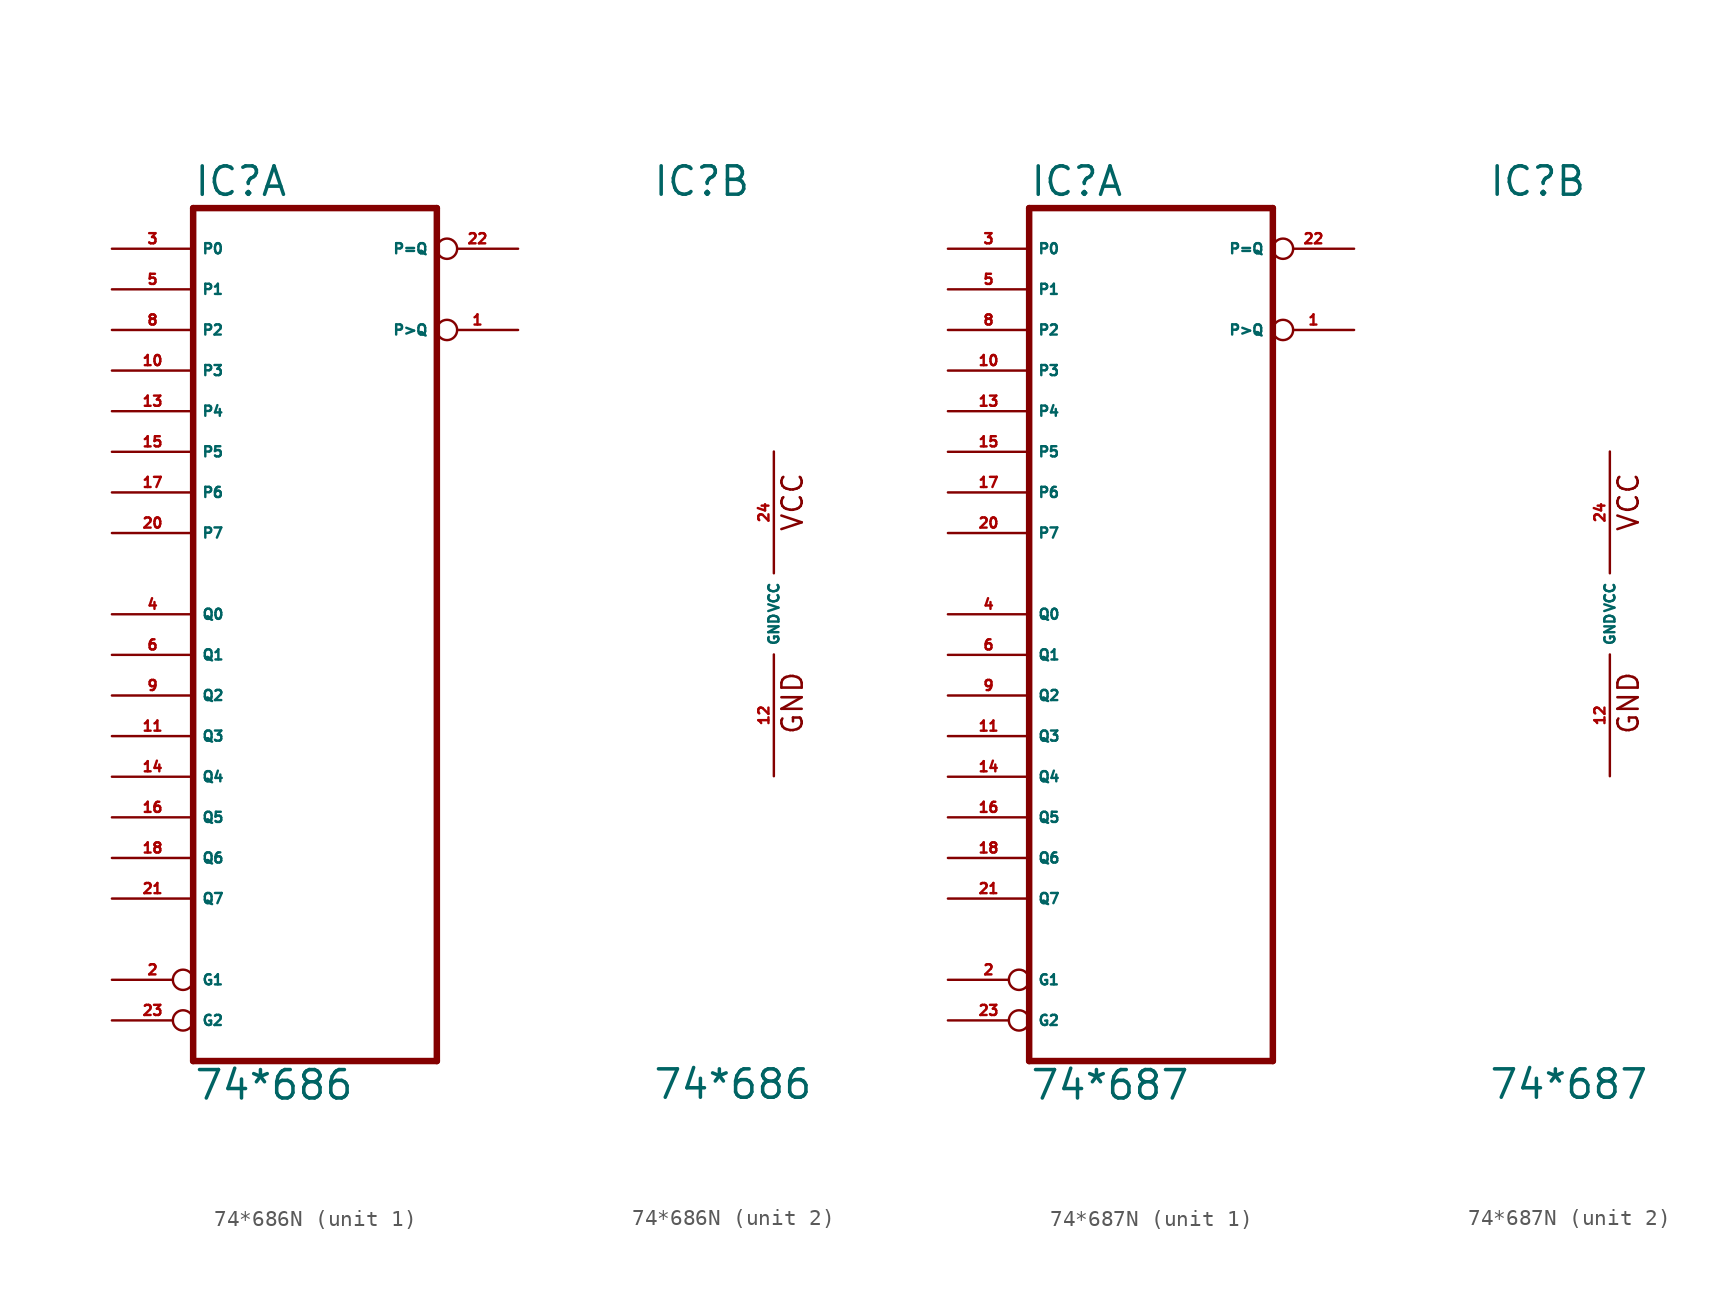
<source format=kicad_sym>
(kicad_symbol_lib
  (version 20220914)
  (generator Eagle2Kicad)
  (symbol "74*686N"
    (property "Reference" "IC"
      (at -7.62 26.035 0)
      (effects (font (size 1.778 1.778) (thickness 0.22)) (justify left bottom)))
    (property "Value" "74*686"
      (at -7.62 -30.48 0)
      (effects (font (size 1.778 1.778) (thickness 0.22)) (justify left bottom)))
    (symbol "74*686N_1_0"
      (polyline (pts (xy -7.62 -27.94) (xy 7.62 -27.94)) (stroke (width 0.406) (type default)) (fill (type none)))
      (polyline (pts (xy 7.62 -27.94) (xy 7.62 25.4)) (stroke (width 0.406) (type default)) (fill (type none)))
      (polyline (pts (xy 7.62 25.4) (xy -7.62 25.4)) (stroke (width 0.406) (type default)) (fill (type none)))
      (polyline (pts (xy -7.62 25.4) (xy -7.62 -27.94)) (stroke (width 0.406) (type default)) (fill (type none)))
      (pin output inverted (at 12.7 17.78 180) (length 5.08) (name "P>Q" (effects (font (size 0.635 0.635) (thickness 0.08)) (justify left bottom))) (number "1" (effects (font (size 0.635 0.635) (thickness 0.08)) (justify left bottom))))
      (pin input inverted (at -12.7 -22.86 0) (length 5.08) (name "G1" (effects (font (size 0.635 0.635) (thickness 0.08)) (justify left bottom))) (number "2" (effects (font (size 0.635 0.635) (thickness 0.08)) (justify left bottom))))
      (pin input line (at -12.7 22.86 0) (length 5.08) (name "P0" (effects (font (size 0.635 0.635) (thickness 0.08)) (justify left bottom))) (number "3" (effects (font (size 0.635 0.635) (thickness 0.08)) (justify left bottom))))
      (pin input line (at -12.7 0 0) (length 5.08) (name "Q0" (effects (font (size 0.635 0.635) (thickness 0.08)) (justify left bottom))) (number "4" (effects (font (size 0.635 0.635) (thickness 0.08)) (justify left bottom))))
      (pin input line (at -12.7 20.32 0) (length 5.08) (name "P1" (effects (font (size 0.635 0.635) (thickness 0.08)) (justify left bottom))) (number "5" (effects (font (size 0.635 0.635) (thickness 0.08)) (justify left bottom))))
      (pin input line (at -12.7 -2.54 0) (length 5.08) (name "Q1" (effects (font (size 0.635 0.635) (thickness 0.08)) (justify left bottom))) (number "6" (effects (font (size 0.635 0.635) (thickness 0.08)) (justify left bottom))))
      (pin input line (at -12.7 17.78 0) (length 5.08) (name "P2" (effects (font (size 0.635 0.635) (thickness 0.08)) (justify left bottom))) (number "8" (effects (font (size 0.635 0.635) (thickness 0.08)) (justify left bottom))))
      (pin input line (at -12.7 -5.08 0) (length 5.08) (name "Q2" (effects (font (size 0.635 0.635) (thickness 0.08)) (justify left bottom))) (number "9" (effects (font (size 0.635 0.635) (thickness 0.08)) (justify left bottom))))
      (pin input line (at -12.7 15.24 0) (length 5.08) (name "P3" (effects (font (size 0.635 0.635) (thickness 0.08)) (justify left bottom))) (number "10" (effects (font (size 0.635 0.635) (thickness 0.08)) (justify left bottom))))
      (pin input line (at -12.7 -7.62 0) (length 5.08) (name "Q3" (effects (font (size 0.635 0.635) (thickness 0.08)) (justify left bottom))) (number "11" (effects (font (size 0.635 0.635) (thickness 0.08)) (justify left bottom))))
      (pin input line (at -12.7 12.7 0) (length 5.08) (name "P4" (effects (font (size 0.635 0.635) (thickness 0.08)) (justify left bottom))) (number "13" (effects (font (size 0.635 0.635) (thickness 0.08)) (justify left bottom))))
      (pin input line (at -12.7 -10.16 0) (length 5.08) (name "Q4" (effects (font (size 0.635 0.635) (thickness 0.08)) (justify left bottom))) (number "14" (effects (font (size 0.635 0.635) (thickness 0.08)) (justify left bottom))))
      (pin input line (at -12.7 10.16 0) (length 5.08) (name "P5" (effects (font (size 0.635 0.635) (thickness 0.08)) (justify left bottom))) (number "15" (effects (font (size 0.635 0.635) (thickness 0.08)) (justify left bottom))))
      (pin input line (at -12.7 -12.7 0) (length 5.08) (name "Q5" (effects (font (size 0.635 0.635) (thickness 0.08)) (justify left bottom))) (number "16" (effects (font (size 0.635 0.635) (thickness 0.08)) (justify left bottom))))
      (pin input line (at -12.7 7.62 0) (length 5.08) (name "P6" (effects (font (size 0.635 0.635) (thickness 0.08)) (justify left bottom))) (number "17" (effects (font (size 0.635 0.635) (thickness 0.08)) (justify left bottom))))
      (pin input line (at -12.7 -15.24 0) (length 5.08) (name "Q6" (effects (font (size 0.635 0.635) (thickness 0.08)) (justify left bottom))) (number "18" (effects (font (size 0.635 0.635) (thickness 0.08)) (justify left bottom))))
      (pin input line (at -12.7 5.08 0) (length 5.08) (name "P7" (effects (font (size 0.635 0.635) (thickness 0.08)) (justify left bottom))) (number "20" (effects (font (size 0.635 0.635) (thickness 0.08)) (justify left bottom))))
      (pin input line (at -12.7 -17.78 0) (length 5.08) (name "Q7" (effects (font (size 0.635 0.635) (thickness 0.08)) (justify left bottom))) (number "21" (effects (font (size 0.635 0.635) (thickness 0.08)) (justify left bottom))))
      (pin output inverted (at 12.7 22.86 180) (length 5.08) (name "P=Q" (effects (font (size 0.635 0.635) (thickness 0.08)) (justify left bottom))) (number "22" (effects (font (size 0.635 0.635) (thickness 0.08)) (justify left bottom))))
      (pin input inverted (at -12.7 -25.4 0) (length 5.08) (name "G2" (effects (font (size 0.635 0.635) (thickness 0.08)) (justify left bottom))) (number "23" (effects (font (size 0.635 0.635) (thickness 0.08)) (justify left bottom)))))
    (symbol "74*686N_2_0"
      (text "GND" (at 1.905 -7.62 900) (effects (font (size 1.27 1.27) (thickness 0.16)) (justify left bottom)))
      (text "VCC" (at 1.905 5.08 900) (effects (font (size 1.27 1.27) (thickness 0.16)) (justify left bottom)))
      (pin unspecified line (at 0 -10.16 90) (length 7.62) (name "GND" (effects (font (size 0.635 0.635) (thickness 0.08)) (justify left bottom))) (number "12" (effects (font (size 0.635 0.635) (thickness 0.08)) (justify left bottom))))
      (pin unspecified line (at 0 10.16 270) (length 7.62) (name "VCC" (effects (font (size 0.635 0.635) (thickness 0.08)) (justify left bottom))) (number "24" (effects (font (size 0.635 0.635) (thickness 0.08)) (justify left bottom))))))
  (symbol "74*687N"
    (property "Reference" "IC"
      (at -7.62 26.035 0)
      (effects (font (size 1.778 1.778) (thickness 0.22)) (justify left bottom)))
    (property "Value" "74*687"
      (at -7.62 -30.48 0)
      (effects (font (size 1.778 1.778) (thickness 0.22)) (justify left bottom)))
    (symbol "74*687N_1_0"
      (polyline (pts (xy -7.62 -27.94) (xy 7.62 -27.94)) (stroke (width 0.406) (type default)) (fill (type none)))
      (polyline (pts (xy 7.62 -27.94) (xy 7.62 25.4)) (stroke (width 0.406) (type default)) (fill (type none)))
      (polyline (pts (xy 7.62 25.4) (xy -7.62 25.4)) (stroke (width 0.406) (type default)) (fill (type none)))
      (polyline (pts (xy -7.62 25.4) (xy -7.62 -27.94)) (stroke (width 0.406) (type default)) (fill (type none)))
      (pin open_collector inverted (at 12.7 17.78 180) (length 5.08) (name "P>Q" (effects (font (size 0.635 0.635) (thickness 0.08)) (justify left bottom))) (number "1" (effects (font (size 0.635 0.635) (thickness 0.08)) (justify left bottom))))
      (pin input inverted (at -12.7 -22.86 0) (length 5.08) (name "G1" (effects (font (size 0.635 0.635) (thickness 0.08)) (justify left bottom))) (number "2" (effects (font (size 0.635 0.635) (thickness 0.08)) (justify left bottom))))
      (pin input line (at -12.7 22.86 0) (length 5.08) (name "P0" (effects (font (size 0.635 0.635) (thickness 0.08)) (justify left bottom))) (number "3" (effects (font (size 0.635 0.635) (thickness 0.08)) (justify left bottom))))
      (pin input line (at -12.7 0 0) (length 5.08) (name "Q0" (effects (font (size 0.635 0.635) (thickness 0.08)) (justify left bottom))) (number "4" (effects (font (size 0.635 0.635) (thickness 0.08)) (justify left bottom))))
      (pin input line (at -12.7 20.32 0) (length 5.08) (name "P1" (effects (font (size 0.635 0.635) (thickness 0.08)) (justify left bottom))) (number "5" (effects (font (size 0.635 0.635) (thickness 0.08)) (justify left bottom))))
      (pin input line (at -12.7 -2.54 0) (length 5.08) (name "Q1" (effects (font (size 0.635 0.635) (thickness 0.08)) (justify left bottom))) (number "6" (effects (font (size 0.635 0.635) (thickness 0.08)) (justify left bottom))))
      (pin input line (at -12.7 17.78 0) (length 5.08) (name "P2" (effects (font (size 0.635 0.635) (thickness 0.08)) (justify left bottom))) (number "8" (effects (font (size 0.635 0.635) (thickness 0.08)) (justify left bottom))))
      (pin input line (at -12.7 -5.08 0) (length 5.08) (name "Q2" (effects (font (size 0.635 0.635) (thickness 0.08)) (justify left bottom))) (number "9" (effects (font (size 0.635 0.635) (thickness 0.08)) (justify left bottom))))
      (pin input line (at -12.7 15.24 0) (length 5.08) (name "P3" (effects (font (size 0.635 0.635) (thickness 0.08)) (justify left bottom))) (number "10" (effects (font (size 0.635 0.635) (thickness 0.08)) (justify left bottom))))
      (pin input line (at -12.7 -7.62 0) (length 5.08) (name "Q3" (effects (font (size 0.635 0.635) (thickness 0.08)) (justify left bottom))) (number "11" (effects (font (size 0.635 0.635) (thickness 0.08)) (justify left bottom))))
      (pin input line (at -12.7 12.7 0) (length 5.08) (name "P4" (effects (font (size 0.635 0.635) (thickness 0.08)) (justify left bottom))) (number "13" (effects (font (size 0.635 0.635) (thickness 0.08)) (justify left bottom))))
      (pin input line (at -12.7 -10.16 0) (length 5.08) (name "Q4" (effects (font (size 0.635 0.635) (thickness 0.08)) (justify left bottom))) (number "14" (effects (font (size 0.635 0.635) (thickness 0.08)) (justify left bottom))))
      (pin input line (at -12.7 10.16 0) (length 5.08) (name "P5" (effects (font (size 0.635 0.635) (thickness 0.08)) (justify left bottom))) (number "15" (effects (font (size 0.635 0.635) (thickness 0.08)) (justify left bottom))))
      (pin input line (at -12.7 -12.7 0) (length 5.08) (name "Q5" (effects (font (size 0.635 0.635) (thickness 0.08)) (justify left bottom))) (number "16" (effects (font (size 0.635 0.635) (thickness 0.08)) (justify left bottom))))
      (pin input line (at -12.7 7.62 0) (length 5.08) (name "P6" (effects (font (size 0.635 0.635) (thickness 0.08)) (justify left bottom))) (number "17" (effects (font (size 0.635 0.635) (thickness 0.08)) (justify left bottom))))
      (pin input line (at -12.7 -15.24 0) (length 5.08) (name "Q6" (effects (font (size 0.635 0.635) (thickness 0.08)) (justify left bottom))) (number "18" (effects (font (size 0.635 0.635) (thickness 0.08)) (justify left bottom))))
      (pin input line (at -12.7 5.08 0) (length 5.08) (name "P7" (effects (font (size 0.635 0.635) (thickness 0.08)) (justify left bottom))) (number "20" (effects (font (size 0.635 0.635) (thickness 0.08)) (justify left bottom))))
      (pin input line (at -12.7 -17.78 0) (length 5.08) (name "Q7" (effects (font (size 0.635 0.635) (thickness 0.08)) (justify left bottom))) (number "21" (effects (font (size 0.635 0.635) (thickness 0.08)) (justify left bottom))))
      (pin open_collector inverted (at 12.7 22.86 180) (length 5.08) (name "P=Q" (effects (font (size 0.635 0.635) (thickness 0.08)) (justify left bottom))) (number "22" (effects (font (size 0.635 0.635) (thickness 0.08)) (justify left bottom))))
      (pin input inverted (at -12.7 -25.4 0) (length 5.08) (name "G2" (effects (font (size 0.635 0.635) (thickness 0.08)) (justify left bottom))) (number "23" (effects (font (size 0.635 0.635) (thickness 0.08)) (justify left bottom)))))
    (symbol "74*687N_2_0"
      (text "GND" (at 1.905 -7.62 900) (effects (font (size 1.27 1.27) (thickness 0.16)) (justify left bottom)))
      (text "VCC" (at 1.905 5.08 900) (effects (font (size 1.27 1.27) (thickness 0.16)) (justify left bottom)))
      (pin unspecified line (at 0 -10.16 90) (length 7.62) (name "GND" (effects (font (size 0.635 0.635) (thickness 0.08)) (justify left bottom))) (number "12" (effects (font (size 0.635 0.635) (thickness 0.08)) (justify left bottom))))
      (pin unspecified line (at 0 10.16 270) (length 7.62) (name "VCC" (effects (font (size 0.635 0.635) (thickness 0.08)) (justify left bottom))) (number "24" (effects (font (size 0.635 0.635) (thickness 0.08)) (justify left bottom)))))))
</source>
